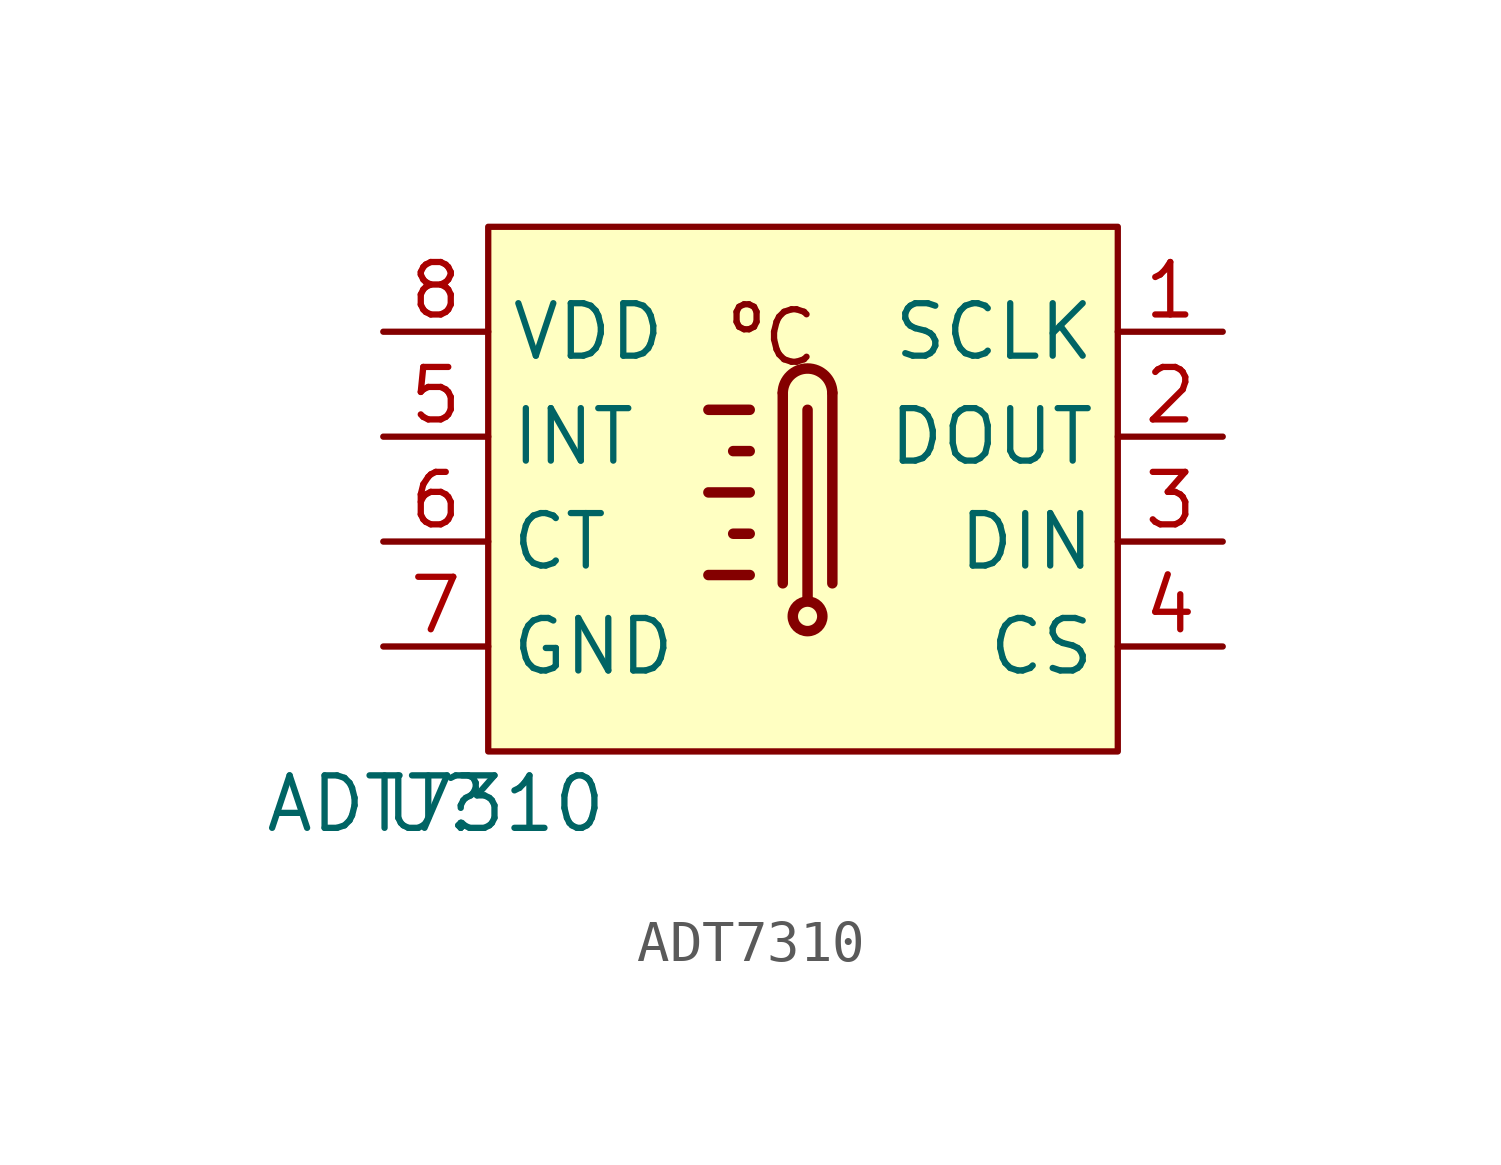
<source format=kicad_sym>
(kicad_symbol_lib
  (version 20211014)
  (generator kicad_symbol_editor)
  (symbol "ADT7310"
    (property "Reference" "U"
      (at 0 0 0)
      (effects (font (size 1.27 1.27))))
    (property "Value" "ADT7310"
      (at 0 0 0)
      (effects (font (size 1.27 1.27))))
    (symbol "ADT7310_1_0"
      (polyline (pts (xy 7.6 5.54) (xy 6.6 5.54)) (stroke (width 0.254) (type default) (color 0 0 0 0)) (fill (type none)))
      (polyline (pts (xy 7.6 6.54) (xy 7.2 6.54)) (stroke (width 0.254) (type default) (color 0 0 0 0)) (fill (type none)))
      (polyline (pts (xy 7.6 7.54) (xy 6.6 7.54)) (stroke (width 0.254) (type default) (color 0 0 0 0)) (fill (type none)))
      (polyline (pts (xy 7.6 8.54) (xy 7.2 8.54)) (stroke (width 0.254) (type default) (color 0 0 0 0)) (fill (type none)))
      (polyline (pts (xy 7.6 9.54) (xy 6.6 9.54)) (stroke (width 0.254) (type default) (color 0 0 0 0)) (fill (type none)))
      (polyline (pts (xy 8.4 5.34) (xy 8.4 9.94)) (stroke (width 0.254) (type default) (color 0 0 0 0)) (fill (type none)))
      (polyline (pts (xy 9 4.94) (xy 9 9.54)) (stroke (width 0.254) (type default) (color 0 0 0 0)) (fill (type none)))
      (polyline (pts (xy 9.6 5.34) (xy 9.6 9.94)) (stroke (width 0.254) (type default) (color 0 0 0 0)) (fill (type none)))
      (rectangle (start 1.27 13.97) (end 16.51 1.27) (stroke (width 0) (type default) (color 0 0 0 0)) (fill (type background)))
      (circle (center 9 4.54) (radius 0.358) (stroke (width 0.254) (type default) (color 0 0 0 0)) (fill (type none)))
      (arc (start 9.6003 9.958) (mid 8.9998 10.5405) (end 8.3997 9.9576) (stroke (width 0.254) (type default) (color 0 0 0 0)) (fill (type none)))
      (text "ºC" (at 7 10.54 0) (effects (font (size 1.27 1.27)) (justify left bottom)))
      (pin passive line (at 19.05 11.43 180) (length 2.54) (name "SCLK" (effects (font (size 1.27 1.27)))) (number "1" (effects (font (size 1.27 1.27)))))
      (pin passive line (at 19.05 8.89 180) (length 2.54) (name "DOUT" (effects (font (size 1.27 1.27)))) (number "2" (effects (font (size 1.27 1.27)))))
      (pin passive line (at 19.05 6.35 180) (length 2.54) (name "DIN" (effects (font (size 1.27 1.27)))) (number "3" (effects (font (size 1.27 1.27)))))
      (pin passive line (at 19.05 3.81 180) (length 2.54) (name "CS" (effects (font (size 1.27 1.27)))) (number "4" (effects (font (size 1.27 1.27)))))
      (pin passive line (at -1.27 8.89 0) (length 2.54) (name "INT" (effects (font (size 1.27 1.27)))) (number "5" (effects (font (size 1.27 1.27)))))
      (pin passive line (at -1.27 6.35 0) (length 2.54) (name "CT" (effects (font (size 1.27 1.27)))) (number "6" (effects (font (size 1.27 1.27)))))
      (pin passive line (at -1.27 3.81 0) (length 2.54) (name "GND" (effects (font (size 1.27 1.27)))) (number "7" (effects (font (size 1.27 1.27)))))
      (pin passive line (at -1.27 11.43 0) (length 2.54) (name "VDD" (effects (font (size 1.27 1.27)))) (number "8" (effects (font (size 1.27 1.27))))))))
</source>
